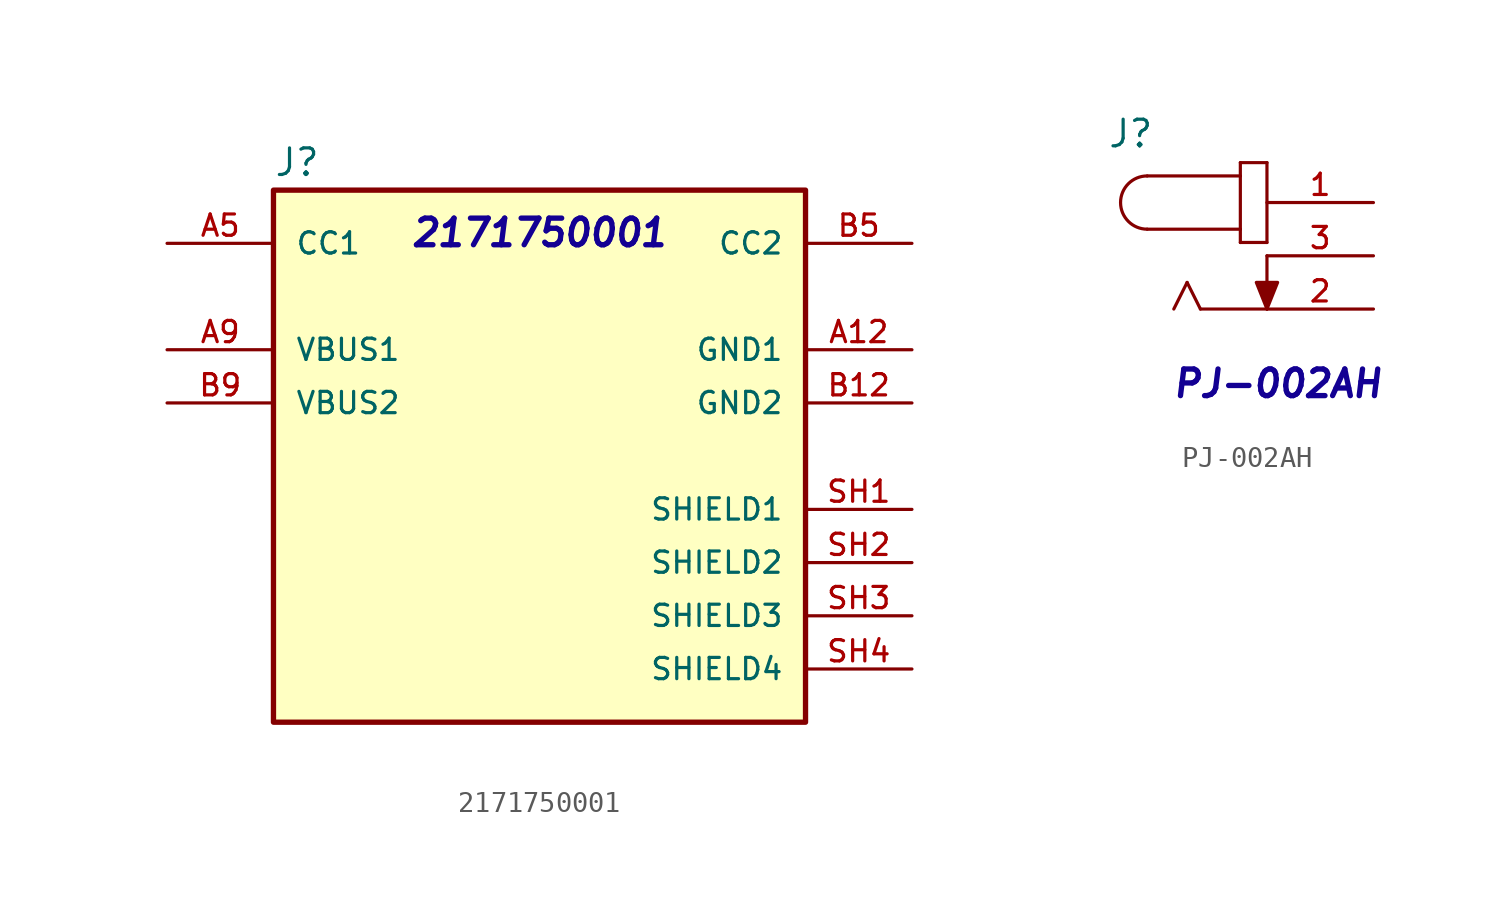
<source format=kicad_sym>
(kicad_symbol_lib
  (version 20241209)
  (generator "kicad_symbol_editor")
  (generator_version "9.0")
  (symbol "2171750001"
    (pin_names
      (offset 1.016))
    (property "Reference" "J"
      (at -12.7 13.284 0)
      (effects (font (size 1.27 1.27)) (justify left bottom)))
    (symbol "2171750001_0_0"
      (rectangle (start -12.7 -12.7) (end 12.7 12.7) (stroke (width 0.254) (type default)) (fill (type background)))
      (pin bidirectional line (at -17.78 10.16 0) (length 5.08) (name "CC1" (effects (font (size 1.016 1.016)))) (number "A5" (effects (font (size 1.016 1.016)))))
      (pin power_in line (at -17.78 5.08 0) (length 5.08) (name "VBUS1" (effects (font (size 1.016 1.016)))) (number "A9" (effects (font (size 1.016 1.016)))))
      (pin power_in line (at -17.78 2.54 0) (length 5.08) (name "VBUS2" (effects (font (size 1.016 1.016)))) (number "B9" (effects (font (size 1.016 1.016)))))
      (pin bidirectional line (at 17.78 10.16 180) (length 5.08) (name "CC2" (effects (font (size 1.016 1.016)))) (number "B5" (effects (font (size 1.016 1.016)))))
      (pin power_in line (at 17.78 5.08 180) (length 5.08) (name "GND1" (effects (font (size 1.016 1.016)))) (number "A12" (effects (font (size 1.016 1.016)))))
      (pin power_in line (at 17.78 2.54 180) (length 5.08) (name "GND2" (effects (font (size 1.016 1.016)))) (number "B12" (effects (font (size 1.016 1.016)))))
      (pin passive line (at 17.78 -2.54 180) (length 5.08) (name "SHIELD1" (effects (font (size 1.016 1.016)))) (number "SH1" (effects (font (size 1.016 1.016)))))
      (pin passive line (at 17.78 -5.08 180) (length 5.08) (name "SHIELD2" (effects (font (size 1.016 1.016)))) (number "SH2" (effects (font (size 1.016 1.016)))))
      (pin passive line (at 17.78 -7.62 180) (length 5.08) (name "SHIELD3" (effects (font (size 1.016 1.016)))) (number "SH3" (effects (font (size 1.016 1.016)))))
      (pin passive line (at 17.78 -10.16 180) (length 5.08) (name "SHIELD4" (effects (font (size 1.016 1.016)))) (number "SH4" (effects (font (size 1.016 1.016))))))
    (symbol "2171750001_1_1"
      (text "2171750001" (at 0 10.668 0) (effects (font (size 1.27 1.27) (thickness 0.254) (bold yes) (italic yes) (color 19 0 147 1))))))
  (symbol "PJ-002AH"
    (pin_names
      (offset 1.016))
    (property "Reference" "J"
      (at -7.627 5.085 0)
      (effects (font (size 1.27 1.27)) (justify left bottom)))
    (symbol "PJ-002AH_0_0"
      (polyline (pts (xy -5.715 3.81) (xy -1.27 3.81)) (stroke (width 0.152) (type default)) (fill (type none)))
      (arc (start -5.715 1.27) (mid -6.9794 2.54) (end -5.715 3.81) (stroke (width 0.1524) (type default)) (fill (type none)))
      (polyline (pts (xy -3.81 -1.27) (xy -4.445 -2.54)) (stroke (width 0.152) (type default)) (fill (type none)))
      (polyline (pts (xy -3.175 -2.54) (xy -3.81 -1.27)) (stroke (width 0.152) (type default)) (fill (type none)))
      (polyline (pts (xy -1.27 4.445) (xy -1.27 3.81)) (stroke (width 0.152) (type default)) (fill (type none)))
      (polyline (pts (xy -1.27 3.81) (xy -1.27 1.27)) (stroke (width 0.152) (type default)) (fill (type none)))
      (polyline (pts (xy -1.27 1.27) (xy -5.715 1.27)) (stroke (width 0.152) (type default)) (fill (type none)))
      (polyline (pts (xy -1.27 1.27) (xy -1.27 0.635)) (stroke (width 0.152) (type default)) (fill (type none)))
      (polyline (pts (xy -1.27 0.635) (xy 0 0.635)) (stroke (width 0.152) (type default)) (fill (type none)))
      (polyline (pts (xy 0 4.445) (xy -1.27 4.445)) (stroke (width 0.152) (type default)) (fill (type none)))
      (polyline (pts (xy 0 0.635) (xy 0 4.445)) (stroke (width 0.152) (type default)) (fill (type none)))
      (polyline (pts (xy 0 0) (xy 0 -2.54)) (stroke (width 0.152) (type default)) (fill (type none)))
      (polyline (pts (xy 0 -2.54) (xy -3.175 -2.54)) (stroke (width 0.152) (type default)) (fill (type none)))
      (polyline (pts (xy 0 -2.54) (xy -0.508 -1.27) (xy 0.508 -1.27) (xy 0 -2.54)) (stroke (width 0.152) (type default)) (fill (type outline)))
      (pin passive line (at 5.08 2.54 180) (length 5.08) (name "~" (effects (font (size 1.016 1.016)))) (number "1" (effects (font (size 1.016 1.016)))))
      (pin passive line (at 5.08 0 180) (length 5.08) (name "~" (effects (font (size 1.016 1.016)))) (number "3" (effects (font (size 1.016 1.016)))))
      (pin passive line (at 5.08 -2.54 180) (length 5.08) (name "~" (effects (font (size 1.016 1.016)))) (number "2" (effects (font (size 1.016 1.016))))))
    (symbol "PJ-002AH_1_1"
      (text "PJ-002AH" (at 0.508 -6.096 0) (effects (font (size 1.27 1.27) (thickness 0.254) (bold yes) (italic yes) (color 19 0 147 1)))))))
</source>
